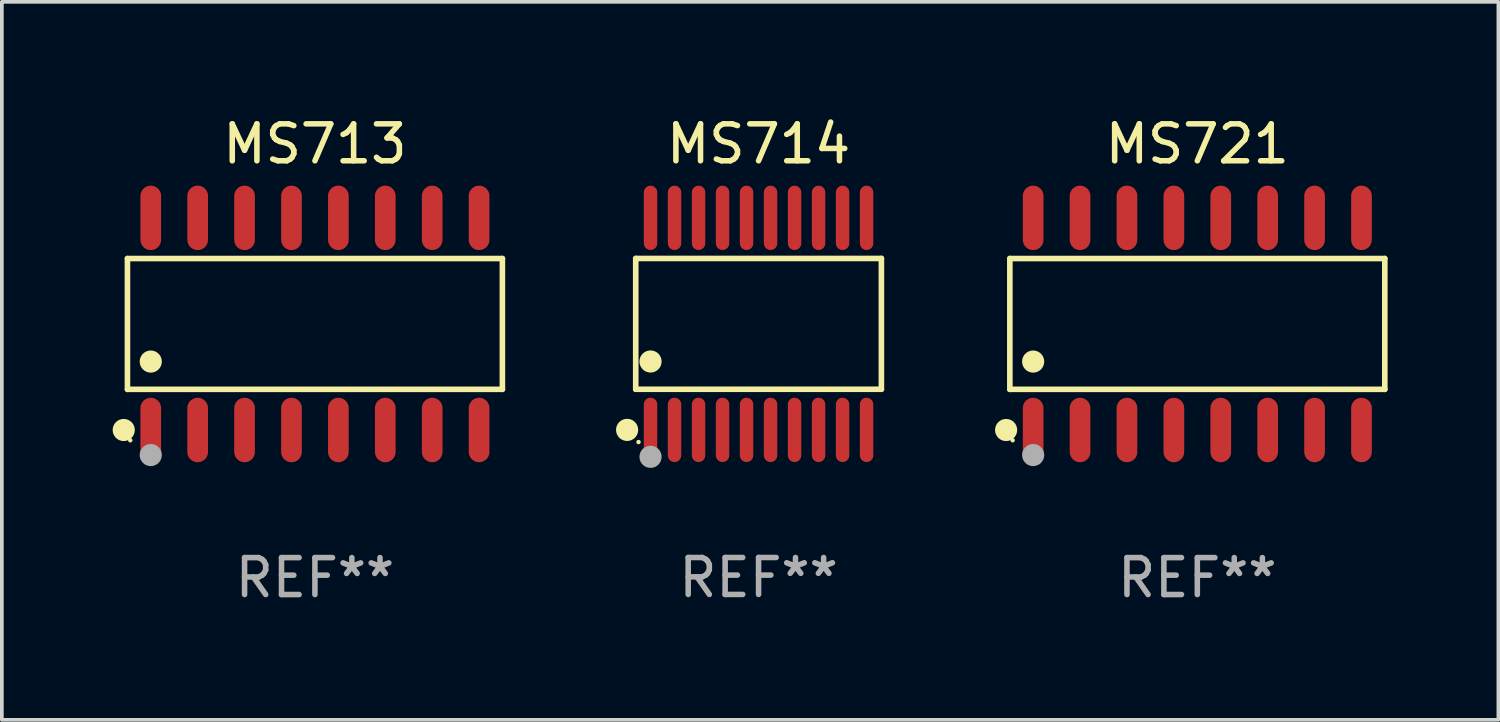
<source format=kicad_pcb>
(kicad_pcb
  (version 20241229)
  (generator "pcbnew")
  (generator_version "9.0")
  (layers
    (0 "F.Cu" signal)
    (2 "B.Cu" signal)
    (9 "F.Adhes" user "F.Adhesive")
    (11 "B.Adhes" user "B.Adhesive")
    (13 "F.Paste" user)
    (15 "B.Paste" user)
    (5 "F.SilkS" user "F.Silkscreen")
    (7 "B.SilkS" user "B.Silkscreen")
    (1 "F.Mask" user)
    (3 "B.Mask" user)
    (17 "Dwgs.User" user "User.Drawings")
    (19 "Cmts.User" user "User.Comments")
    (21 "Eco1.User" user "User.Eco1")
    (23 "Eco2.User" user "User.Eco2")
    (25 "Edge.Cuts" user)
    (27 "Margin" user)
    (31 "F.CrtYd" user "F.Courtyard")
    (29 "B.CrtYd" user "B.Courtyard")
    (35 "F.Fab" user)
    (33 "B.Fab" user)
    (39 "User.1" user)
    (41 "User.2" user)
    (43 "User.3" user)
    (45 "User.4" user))
  (footprint "MS714"
    (layer "F.Cu")
    (at 17.489 5.719)
    (property "Reference" "MS714" (at 0 -4.871 0) (layer "F.SilkS") (effects (font (size 1 1) (thickness 0.15))))
    (attr through_hole)
    (fp_line (start -3.326 -1.771) (end 3.326 -1.771) (stroke (width 0.152) (type solid)) (layer "F.SilkS"))
    (fp_line (start -3.326 1.771) (end -3.326 -1.771) (stroke (width 0.152) (type solid)) (layer "F.SilkS"))
    (fp_line (start 3.326 -1.771) (end 3.326 1.771) (stroke (width 0.152) (type solid)) (layer "F.SilkS"))
    (fp_line (start 3.326 1.771) (end -3.326 1.771) (stroke (width 0.152) (type solid)) (layer "F.SilkS"))
    (fp_circle (center -3.559 2.871) (end -3.409 2.871) (stroke (width 0.3) (type solid)) (fill no) (layer "F.SilkS"))
    (fp_circle (center -3.25 3.2) (end -3.22 3.2) (stroke (width 0.06) (type solid)) (fill no) (layer "F.SilkS"))
    (fp_circle (center -2.925 1.019) (end -2.775 1.019) (stroke (width 0.3) (type solid)) (fill no) (layer "F.SilkS"))
    (fp_circle (center -2.925 3.6) (end -2.775 3.6) (stroke (width 0.3) (type solid)) (fill no) (layer "F.Fab"))
    (fp_text user "REF**" (at 0 6.871 0) (layer "F.Fab") (effects (font (size 1 1) (thickness 0.15))))
    (pad "1" smd oval (at -2.925 2.871) (size 0.364 1.742) (layers "F.Cu" "F.Mask" "F.Paste"))
    (pad "2" smd oval (at -2.275 2.871) (size 0.364 1.742) (layers "F.Cu" "F.Mask" "F.Paste"))
    (pad "3" smd oval (at -1.625 2.871) (size 0.364 1.742) (layers "F.Cu" "F.Mask" "F.Paste"))
    (pad "4" smd oval (at -0.975 2.871) (size 0.364 1.742) (layers "F.Cu" "F.Mask" "F.Paste"))
    (pad "5" smd oval (at -0.325 2.871) (size 0.364 1.742) (layers "F.Cu" "F.Mask" "F.Paste"))
    (pad "6" smd oval (at 0.325 2.871) (size 0.364 1.742) (layers "F.Cu" "F.Mask" "F.Paste"))
    (pad "7" smd oval (at 0.975 2.871) (size 0.364 1.742) (layers "F.Cu" "F.Mask" "F.Paste"))
    (pad "8" smd oval (at 1.625 2.871) (size 0.364 1.742) (layers "F.Cu" "F.Mask" "F.Paste"))
    (pad "9" smd oval (at 2.275 2.871) (size 0.364 1.742) (layers "F.Cu" "F.Mask" "F.Paste"))
    (pad "10" smd oval (at 2.925 2.871) (size 0.364 1.742) (layers "F.Cu" "F.Mask" "F.Paste"))
    (pad "11" smd oval (at 2.925 -2.871) (size 0.364 1.742) (layers "F.Cu" "F.Mask" "F.Paste"))
    (pad "12" smd oval (at 2.275 -2.871) (size 0.364 1.742) (layers "F.Cu" "F.Mask" "F.Paste"))
    (pad "13" smd oval (at 1.625 -2.871) (size 0.364 1.742) (layers "F.Cu" "F.Mask" "F.Paste"))
    (pad "14" smd oval (at 0.975 -2.871) (size 0.364 1.742) (layers "F.Cu" "F.Mask" "F.Paste"))
    (pad "15" smd oval (at 0.325 -2.871) (size 0.364 1.742) (layers "F.Cu" "F.Mask" "F.Paste"))
    (pad "16" smd oval (at -0.325 -2.871) (size 0.364 1.742) (layers "F.Cu" "F.Mask" "F.Paste"))
    (pad "17" smd oval (at -0.975 -2.871) (size 0.364 1.742) (layers "F.Cu" "F.Mask" "F.Paste"))
    (pad "18" smd oval (at -1.625 -2.871) (size 0.364 1.742) (layers "F.Cu" "F.Mask" "F.Paste"))
    (pad "19" smd oval (at -2.275 -2.871) (size 0.364 1.742) (layers "F.Cu" "F.Mask" "F.Paste"))
    (pad "20" smd oval (at -2.925 -2.871) (size 0.364 1.742) (layers "F.Cu" "F.Mask" "F.Paste")))
  (footprint "MS713"
    (layer "F.Cu")
    (at 5.477 5.721)
    (property "Reference" "MS713" (at 0 -4.872 0) (layer "F.SilkS") (effects (font (size 1 1) (thickness 0.15))))
    (attr through_hole)
    (fp_line (start -5.076 -1.771) (end 5.076 -1.771) (stroke (width 0.152) (type solid)) (layer "F.SilkS"))
    (fp_line (start -5.076 1.771) (end -5.076 -1.771) (stroke (width 0.152) (type solid)) (layer "F.SilkS"))
    (fp_line (start 5.076 -1.771) (end 5.076 1.771) (stroke (width 0.152) (type solid)) (layer "F.SilkS"))
    (fp_line (start 5.076 1.771) (end -5.076 1.771) (stroke (width 0.152) (type solid)) (layer "F.SilkS"))
    (fp_circle (center -5.177 2.872) (end -5.027 2.872) (stroke (width 0.3) (type solid)) (fill no) (layer "F.SilkS"))
    (fp_circle (center -5 3.15) (end -4.97 3.15) (stroke (width 0.06) (type solid)) (fill no) (layer "F.SilkS"))
    (fp_circle (center -4.445 1.019) (end -4.295 1.019) (stroke (width 0.3) (type solid)) (fill no) (layer "F.SilkS"))
    (fp_circle (center -4.445 3.55) (end -4.295 3.55) (stroke (width 0.3) (type solid)) (fill no) (layer "F.Fab"))
    (fp_text user "REF**" (at 0 6.872 0) (layer "F.Fab") (effects (font (size 1 1) (thickness 0.15))))
    (pad "1" smd oval (at -4.445 2.872) (size 0.56 1.745) (layers "F.Cu" "F.Mask" "F.Paste"))
    (pad "2" smd oval (at -3.175 2.872) (size 0.56 1.745) (layers "F.Cu" "F.Mask" "F.Paste"))
    (pad "3" smd oval (at -1.905 2.872) (size 0.56 1.745) (layers "F.Cu" "F.Mask" "F.Paste"))
    (pad "4" smd oval (at -0.635 2.872) (size 0.56 1.745) (layers "F.Cu" "F.Mask" "F.Paste"))
    (pad "5" smd oval (at 0.635 2.872) (size 0.56 1.745) (layers "F.Cu" "F.Mask" "F.Paste"))
    (pad "6" smd oval (at 1.905 2.872) (size 0.56 1.745) (layers "F.Cu" "F.Mask" "F.Paste"))
    (pad "7" smd oval (at 3.175 2.872) (size 0.56 1.745) (layers "F.Cu" "F.Mask" "F.Paste"))
    (pad "8" smd oval (at 4.445 2.872) (size 0.56 1.745) (layers "F.Cu" "F.Mask" "F.Paste"))
    (pad "9" smd oval (at 4.445 -2.872) (size 0.56 1.745) (layers "F.Cu" "F.Mask" "F.Paste"))
    (pad "10" smd oval (at 3.175 -2.872) (size 0.56 1.745) (layers "F.Cu" "F.Mask" "F.Paste"))
    (pad "11" smd oval (at 1.905 -2.872) (size 0.56 1.745) (layers "F.Cu" "F.Mask" "F.Paste"))
    (pad "12" smd oval (at 0.635 -2.872) (size 0.56 1.745) (layers "F.Cu" "F.Mask" "F.Paste"))
    (pad "13" smd oval (at -0.635 -2.872) (size 0.56 1.745) (layers "F.Cu" "F.Mask" "F.Paste"))
    (pad "14" smd oval (at -1.905 -2.872) (size 0.56 1.745) (layers "F.Cu" "F.Mask" "F.Paste"))
    (pad "15" smd oval (at -3.175 -2.872) (size 0.56 1.745) (layers "F.Cu" "F.Mask" "F.Paste"))
    (pad "16" smd oval (at -4.445 -2.872) (size 0.56 1.745) (layers "F.Cu" "F.Mask" "F.Paste")))
  (footprint "MS721"
    (layer "F.Cu")
    (at 29.369 5.721)
    (property "Reference" "MS721" (at 0 -4.872 0) (layer "F.SilkS") (effects (font (size 1 1) (thickness 0.15))))
    (attr through_hole)
    (fp_line (start -5.076 -1.771) (end 5.076 -1.771) (stroke (width 0.152) (type solid)) (layer "F.SilkS"))
    (fp_line (start -5.076 1.771) (end -5.076 -1.771) (stroke (width 0.152) (type solid)) (layer "F.SilkS"))
    (fp_line (start 5.076 -1.771) (end 5.076 1.771) (stroke (width 0.152) (type solid)) (layer "F.SilkS"))
    (fp_line (start 5.076 1.771) (end -5.076 1.771) (stroke (width 0.152) (type solid)) (layer "F.SilkS"))
    (fp_circle (center -5.177 2.872) (end -5.027 2.872) (stroke (width 0.3) (type solid)) (fill no) (layer "F.SilkS"))
    (fp_circle (center -5 3.15) (end -4.97 3.15) (stroke (width 0.06) (type solid)) (fill no) (layer "F.SilkS"))
    (fp_circle (center -4.445 1.019) (end -4.295 1.019) (stroke (width 0.3) (type solid)) (fill no) (layer "F.SilkS"))
    (fp_circle (center -4.445 3.55) (end -4.295 3.55) (stroke (width 0.3) (type solid)) (fill no) (layer "F.Fab"))
    (fp_text user "REF**" (at 0 6.872 0) (layer "F.Fab") (effects (font (size 1 1) (thickness 0.15))))
    (pad "1" smd oval (at -4.445 2.872) (size 0.56 1.745) (layers "F.Cu" "F.Mask" "F.Paste"))
    (pad "2" smd oval (at -3.175 2.872) (size 0.56 1.745) (layers "F.Cu" "F.Mask" "F.Paste"))
    (pad "3" smd oval (at -1.905 2.872) (size 0.56 1.745) (layers "F.Cu" "F.Mask" "F.Paste"))
    (pad "4" smd oval (at -0.635 2.872) (size 0.56 1.745) (layers "F.Cu" "F.Mask" "F.Paste"))
    (pad "5" smd oval (at 0.635 2.872) (size 0.56 1.745) (layers "F.Cu" "F.Mask" "F.Paste"))
    (pad "6" smd oval (at 1.905 2.872) (size 0.56 1.745) (layers "F.Cu" "F.Mask" "F.Paste"))
    (pad "7" smd oval (at 3.175 2.872) (size 0.56 1.745) (layers "F.Cu" "F.Mask" "F.Paste"))
    (pad "8" smd oval (at 4.445 2.872) (size 0.56 1.745) (layers "F.Cu" "F.Mask" "F.Paste"))
    (pad "9" smd oval (at 4.445 -2.872) (size 0.56 1.745) (layers "F.Cu" "F.Mask" "F.Paste"))
    (pad "10" smd oval (at 3.175 -2.872) (size 0.56 1.745) (layers "F.Cu" "F.Mask" "F.Paste"))
    (pad "11" smd oval (at 1.905 -2.872) (size 0.56 1.745) (layers "F.Cu" "F.Mask" "F.Paste"))
    (pad "12" smd oval (at 0.635 -2.872) (size 0.56 1.745) (layers "F.Cu" "F.Mask" "F.Paste"))
    (pad "13" smd oval (at -0.635 -2.872) (size 0.56 1.745) (layers "F.Cu" "F.Mask" "F.Paste"))
    (pad "14" smd oval (at -1.905 -2.872) (size 0.56 1.745) (layers "F.Cu" "F.Mask" "F.Paste"))
    (pad "15" smd oval (at -3.175 -2.872) (size 0.56 1.745) (layers "F.Cu" "F.Mask" "F.Paste"))
    (pad "16" smd oval (at -4.445 -2.872) (size 0.56 1.745) (layers "F.Cu" "F.Mask" "F.Paste")))
  (gr_rect
    (start -3 -3)
    (end 37.521 16.441)
    (stroke (width 0.1) (type default))
    (fill no)
    (layer "Edge.Cuts")))
</source>
